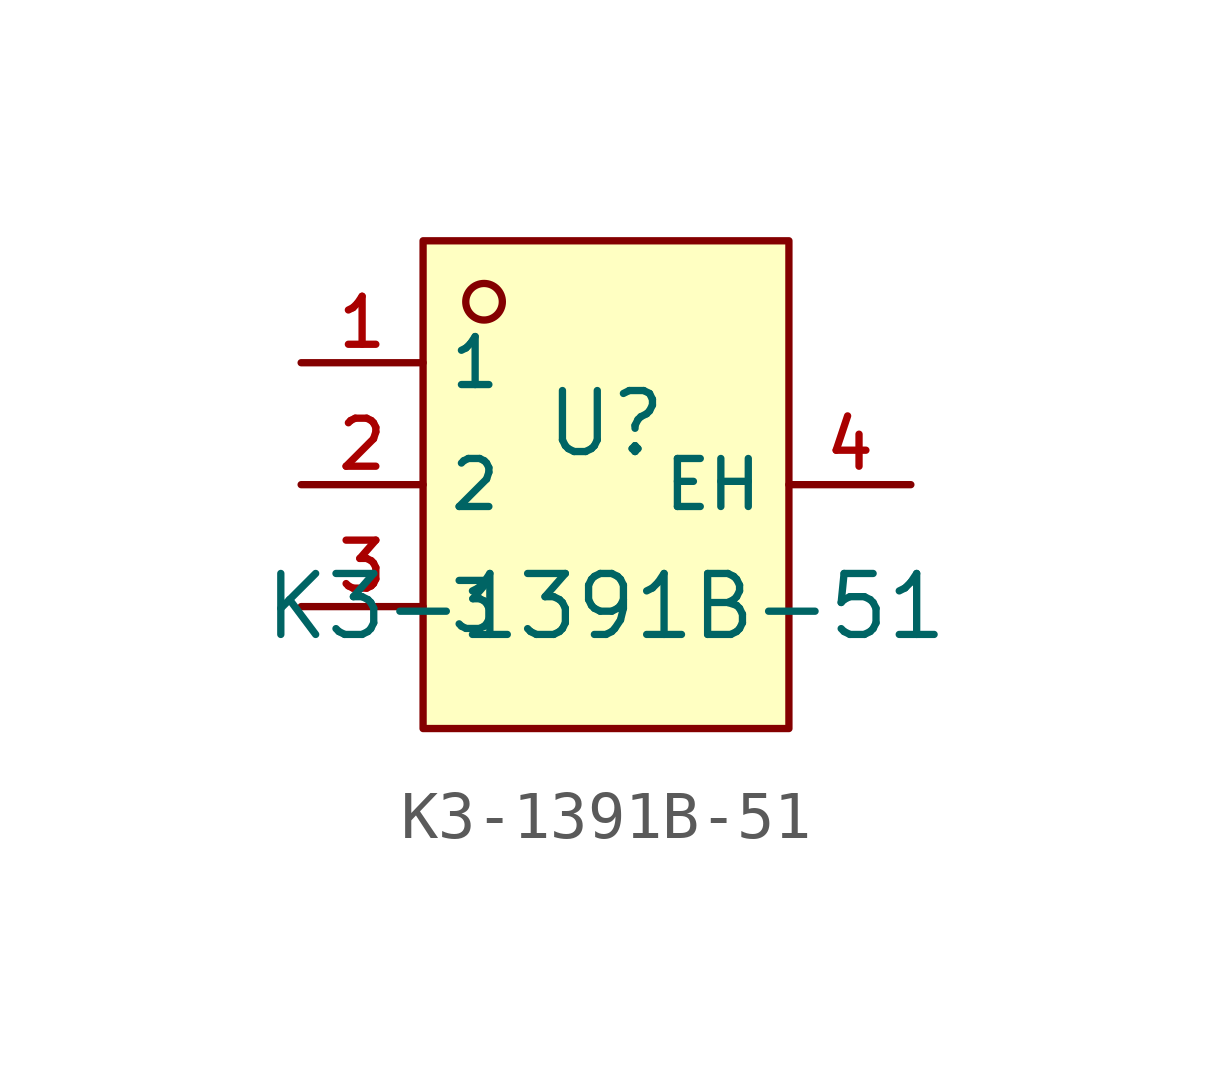
<source format=kicad_sym>
(kicad_symbol_lib
  (version 20210201)
  (generator TousstNicolas/JLC2KiCad_lib)
  (symbol "K3-1391B-51"
    (property "Reference" "U"
      (at 0 1.27 0)
      (effects (font (size 1.27 1.27))))
    (property "Value" "K3-1391B-51"
      (at 0 -2.54 0)
      (effects (font (size 1.27 1.27))))
    (symbol "K3-1391B-51_0_1"
      (rectangle (start -3.81 5.08) (end 3.81 -5.08) (stroke (width 0) (type default) (color 0 0 0 0)) (fill (type background)))
      (circle (center -2.54 3.81) (radius 0.381) (stroke (width 0) (type default) (color 0 0 0 0)) (fill (type background)))
      (pin unspecified line (at -6.35 2.54 0) (length 2.54) (name "1" (effects (font (size 1 1)))) (number "1" (effects (font (size 1 1)))))
      (pin unspecified line (at -6.35 -0.0 0) (length 2.54) (name "2" (effects (font (size 1 1)))) (number "2" (effects (font (size 1 1)))))
      (pin unspecified line (at -6.35 -2.54 0) (length 2.54) (name "3" (effects (font (size 1 1)))) (number "3" (effects (font (size 1 1)))))
      (pin unspecified line (at 6.35 -0.0 180) (length 2.54) (name "EH" (effects (font (size 1 1)))) (number "4" (effects (font (size 1 1))))))))
</source>
